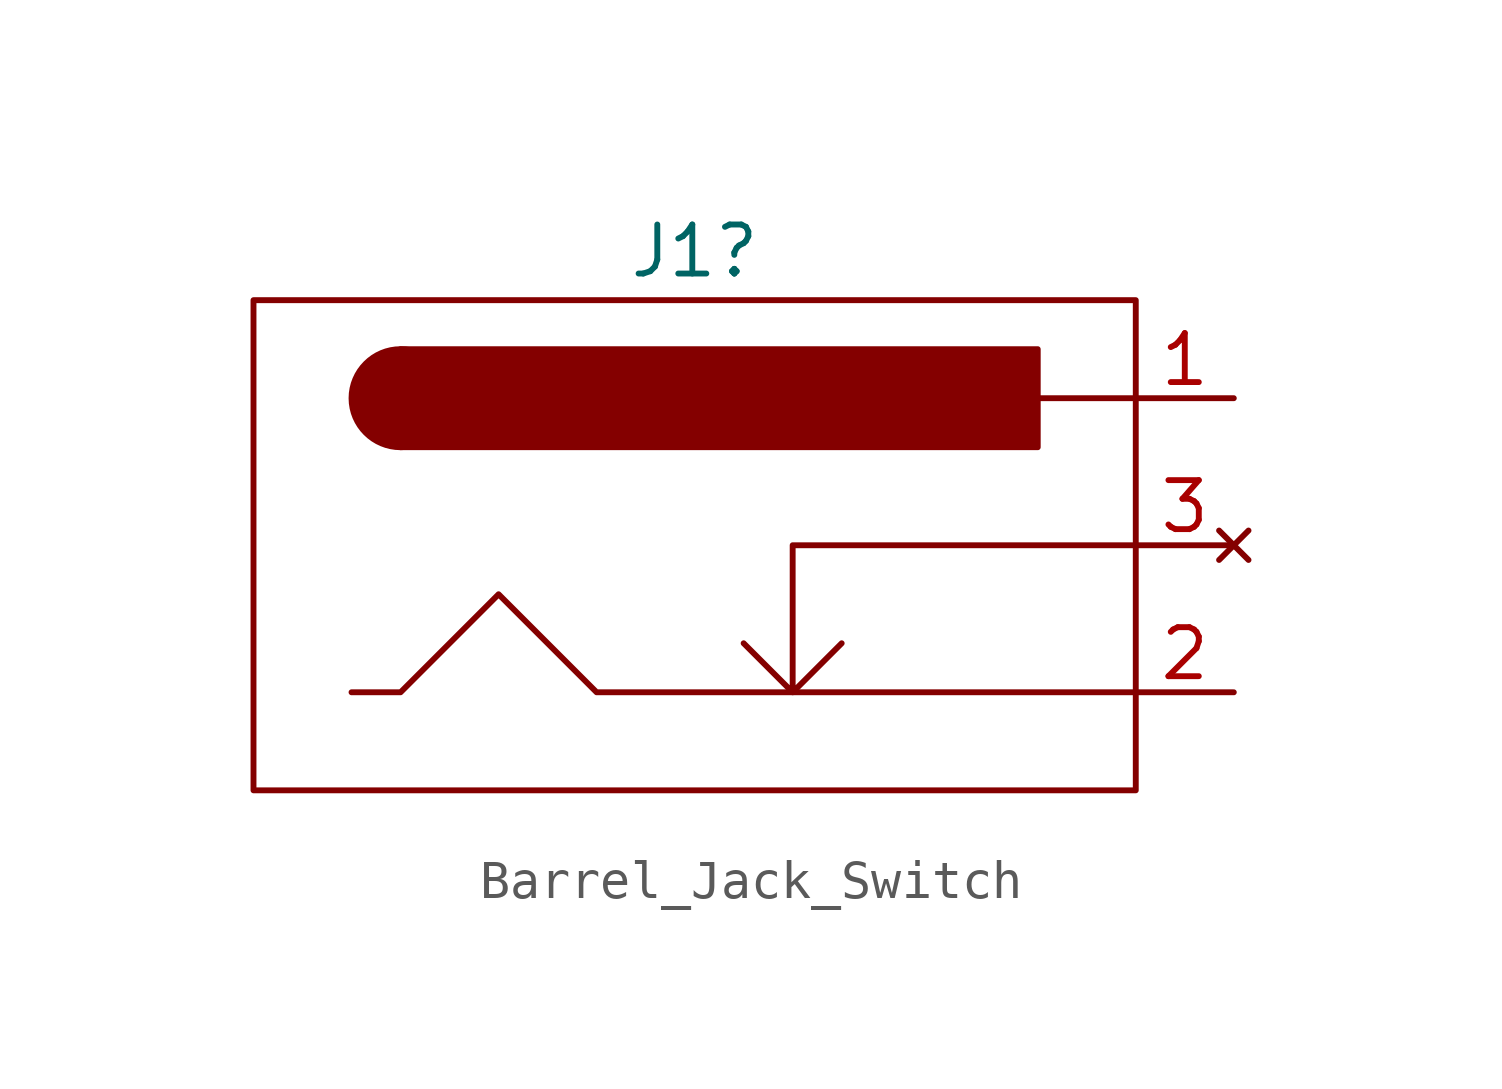
<source format=kicad_sym>
(kicad_symbol_lib
  (version 20220914)
  (generator kicad_symbol_editor)
  (symbol "Barrel_Jack_Switch"
    (property "Reference" "J1"
      (at 0 7.62 0)
      (effects (font (size 1.27 1.27))))
    (property "Value" ""
      (at 0 0 0)
      (effects (font (size 1.27 1.27))))
    (symbol "Barrel_Jack_Switch_0_1"
      (rectangle (start -11.43 6.35) (end 11.43 -6.35) (stroke (width 0) (type default)) (fill (type none))))
    (symbol "Barrel_Jack_Switch_1_1"
      (circle (center -7.62 3.81) (radius 1.27) (stroke (width 0) (type default)) (fill (type outline)))
      (rectangle (start -7.62 5.08) (end 8.89 2.54) (stroke (width 0) (type default)) (fill (type outline)))
      (polyline (pts (xy 8.89 3.81) (xy 11.43 3.81)) (stroke (width 0) (type default)) (fill (type none)))
      (polyline (pts (xy -8.89 -3.81) (xy -7.62 -3.81) (xy -5.08 -1.27) (xy -2.54 -3.81) (xy 11.43 -3.81)) (stroke (width 0) (type default)) (fill (type none)))
      (polyline (pts (xy 11.43 0) (xy 2.54 0) (xy 2.54 -3.81) (xy 1.27 -2.54) (xy 2.54 -3.81) (xy 3.81 -2.54)) (stroke (width 0) (type default)) (fill (type none)))
      (pin input line (at 13.97 3.81 180) (length 2.54) (name "" (effects (font (size 0.5 0.5)))) (number "1" (effects (font (size 1.27 1.27)))))
      (pin input line (at 13.97 -3.81 180) (length 2.54) (name "" (effects (font (size 0.5 0.5)))) (number "2" (effects (font (size 1.27 1.27)))))
      (pin no_connect line (at 13.97 0 180) (length 2.54) (name "" (effects (font (size 0.5 0.5)))) (number "3" (effects (font (size 1.27 1.27))))))))
</source>
